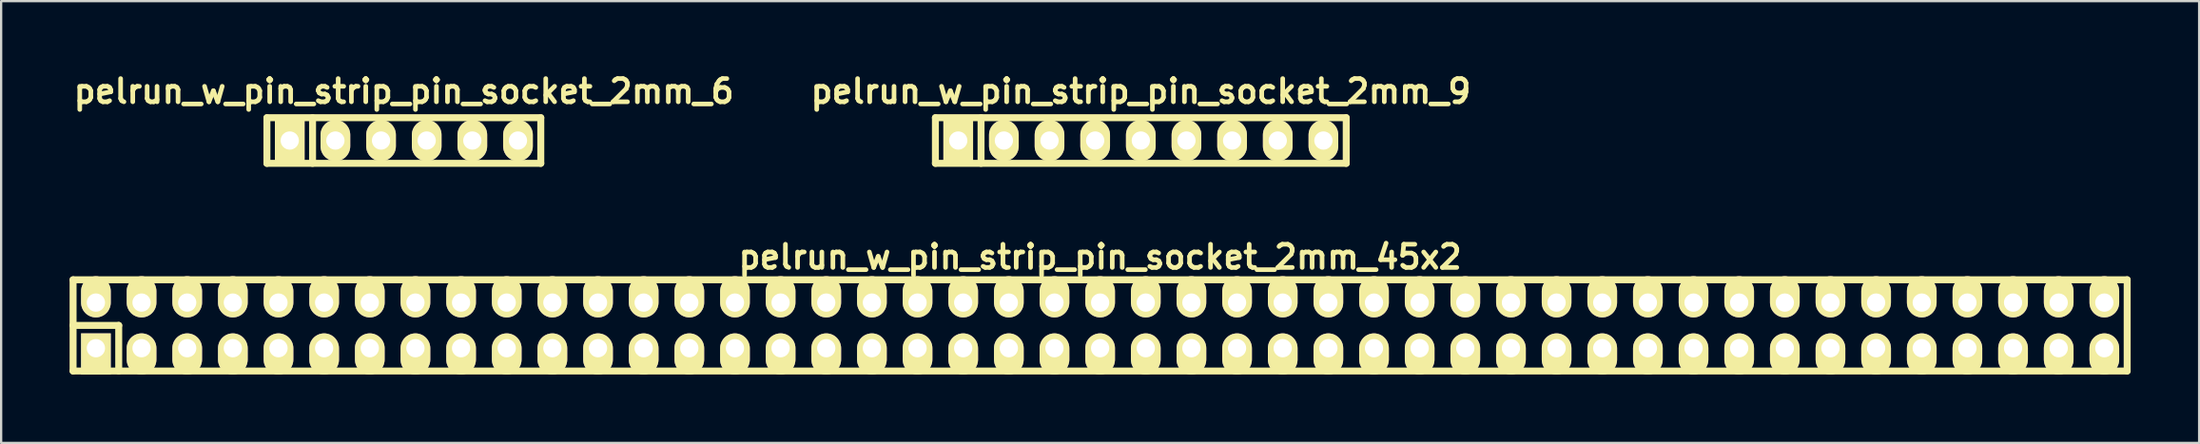
<source format=kicad_pcb>
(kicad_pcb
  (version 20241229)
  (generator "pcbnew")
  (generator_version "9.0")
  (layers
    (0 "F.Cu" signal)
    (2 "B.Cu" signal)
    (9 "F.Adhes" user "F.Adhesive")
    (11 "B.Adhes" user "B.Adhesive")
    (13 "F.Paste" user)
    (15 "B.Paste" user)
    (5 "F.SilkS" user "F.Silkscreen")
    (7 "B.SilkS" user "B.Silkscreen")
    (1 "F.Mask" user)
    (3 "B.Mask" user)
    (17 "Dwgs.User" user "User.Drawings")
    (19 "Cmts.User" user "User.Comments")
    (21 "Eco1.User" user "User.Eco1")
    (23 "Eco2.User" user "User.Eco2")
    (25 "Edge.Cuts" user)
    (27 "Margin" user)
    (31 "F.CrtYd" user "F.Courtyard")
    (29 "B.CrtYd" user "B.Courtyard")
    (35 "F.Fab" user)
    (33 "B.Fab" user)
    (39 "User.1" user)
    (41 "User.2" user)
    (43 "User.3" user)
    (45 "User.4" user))
  (footprint "pelrun_w_pin_strip_pin_socket_2mm_6"
    (layer "F.Cu")
    (at 14.645 3.11)
    (property "Reference" "pelrun_w_pin_strip_pin_socket_2mm_6" (at 0 -2.159 0) (layer "F.SilkS") (effects (font (size 1.016 1.016) (thickness 0.203))))
    (attr through_hole)
    (fp_line (start -6 -1) (end 6 -1) (stroke (width 0.305) (type solid)) (layer "F.SilkS"))
    (fp_line (start -6 1) (end -6 -1) (stroke (width 0.305) (type solid)) (layer "F.SilkS"))
    (fp_line (start -4 -1) (end -4 1) (stroke (width 0.305) (type solid)) (layer "F.SilkS"))
    (fp_line (start 6 -1) (end 6 1) (stroke (width 0.305) (type solid)) (layer "F.SilkS"))
    (fp_line (start 6 1) (end -6 1) (stroke (width 0.305) (type solid)) (layer "F.SilkS"))
    (pad "1" thru_hole rect (at -5 0) (size 1.3 1.8) (drill 0.8) (layers "*.Cu" "*.Mask" "F.SilkS"))
    (pad "2" thru_hole oval (at -3 0) (size 1.3 1.8) (drill 0.8) (layers "*.Cu" "*.Mask" "F.SilkS"))
    (pad "3" thru_hole oval (at -1 0) (size 1.3 1.8) (drill 0.8) (layers "*.Cu" "*.Mask" "F.SilkS"))
    (pad "4" thru_hole oval (at 1 0) (size 1.3 1.8) (drill 0.8) (layers "*.Cu" "*.Mask" "F.SilkS"))
    (pad "5" thru_hole oval (at 3 0) (size 1.3 1.8) (drill 0.8) (layers "*.Cu" "*.Mask" "F.SilkS"))
    (pad "6" thru_hole oval (at 5 0) (size 1.3 1.8) (drill 0.8) (layers "*.Cu" "*.Mask" "F.SilkS")))
  (footprint "pelrun_w_pin_strip_pin_socket_2mm_9"
    (layer "F.Cu")
    (at 46.935 3.11)
    (property "Reference" "pelrun_w_pin_strip_pin_socket_2mm_9" (at 0 -2.159 0) (layer "F.SilkS") (effects (font (size 1.016 1.016) (thickness 0.203))))
    (attr through_hole)
    (fp_line (start -9 -1) (end 9 -1) (stroke (width 0.305) (type solid)) (layer "F.SilkS"))
    (fp_line (start -9 1) (end -9 -1) (stroke (width 0.305) (type solid)) (layer "F.SilkS"))
    (fp_line (start -7 -1) (end -7 1) (stroke (width 0.305) (type solid)) (layer "F.SilkS"))
    (fp_line (start 9 -1) (end 9 1) (stroke (width 0.305) (type solid)) (layer "F.SilkS"))
    (fp_line (start 9 1) (end -9 1) (stroke (width 0.305) (type solid)) (layer "F.SilkS"))
    (pad "1" thru_hole rect (at -8 0) (size 1.3 1.8) (drill 0.8) (layers "*.Cu" "*.Mask" "F.SilkS"))
    (pad "2" thru_hole oval (at -6 0) (size 1.3 1.8) (drill 0.8) (layers "*.Cu" "*.Mask" "F.SilkS"))
    (pad "3" thru_hole oval (at -4 0) (size 1.3 1.8) (drill 0.8) (layers "*.Cu" "*.Mask" "F.SilkS"))
    (pad "4" thru_hole oval (at -2 0) (size 1.3 1.8) (drill 0.8) (layers "*.Cu" "*.Mask" "F.SilkS"))
    (pad "5" thru_hole oval (at 0 0) (size 1.3 1.8) (drill 0.8) (layers "*.Cu" "*.Mask" "F.SilkS"))
    (pad "6" thru_hole oval (at 2 0) (size 1.3 1.8) (drill 0.8) (layers "*.Cu" "*.Mask" "F.SilkS"))
    (pad "7" thru_hole oval (at 4 0) (size 1.3 1.8) (drill 0.8) (layers "*.Cu" "*.Mask" "F.SilkS"))
    (pad "8" thru_hole oval (at 6 0) (size 1.3 1.8) (drill 0.8) (layers "*.Cu" "*.Mask" "F.SilkS"))
    (pad "9" thru_hole oval (at 8 0) (size 1.3 1.8) (drill 0.8) (layers "*.Cu" "*.Mask" "F.SilkS")))
  (footprint "pelrun_w_pin_strip_pin_socket_2mm_45x2"
    (layer "F.Cu")
    (at 45.152 11.213)
    (property "Reference" "pelrun_w_pin_strip_pin_socket_2mm_45x2" (at 0 -3 0) (layer "F.SilkS") (effects (font (size 1.016 1.016) (thickness 0.203))))
    (attr through_hole)
    (fp_line (start -45 -2) (end 45 -2) (stroke (width 0.305) (type solid)) (layer "F.SilkS"))
    (fp_line (start -45 0) (end -43 0) (stroke (width 0.305) (type solid)) (layer "F.SilkS"))
    (fp_line (start -45 2) (end -45 -2) (stroke (width 0.305) (type solid)) (layer "F.SilkS"))
    (fp_line (start -43 0) (end -43 2) (stroke (width 0.305) (type solid)) (layer "F.SilkS"))
    (fp_line (start 45 -2) (end 45 2) (stroke (width 0.305) (type solid)) (layer "F.SilkS"))
    (fp_line (start 45 2) (end -45 2) (stroke (width 0.305) (type solid)) (layer "F.SilkS"))
    (pad "1" thru_hole rect (at -44 1) (size 1.3 1.8) (drill 0.8 (offset 0 0.25)) (layers "*.Cu" "*.Mask" "F.SilkS"))
    (pad "2" thru_hole oval (at -44 -1) (size 1.3 1.8) (drill 0.8 (offset 0 -0.25)) (layers "*.Cu" "*.Mask" "F.SilkS"))
    (pad "3" thru_hole oval (at -42 1) (size 1.3 1.8) (drill 0.8 (offset 0 0.25)) (layers "*.Cu" "*.Mask" "F.SilkS"))
    (pad "4" thru_hole oval (at -42 -1) (size 1.3 1.8) (drill 0.8 (offset 0 -0.25)) (layers "*.Cu" "*.Mask" "F.SilkS"))
    (pad "5" thru_hole oval (at -40 1) (size 1.3 1.8) (drill 0.8 (offset 0 0.25)) (layers "*.Cu" "*.Mask" "F.SilkS"))
    (pad "6" thru_hole oval (at -40 -1) (size 1.3 1.8) (drill 0.8 (offset 0 -0.25)) (layers "*.Cu" "*.Mask" "F.SilkS"))
    (pad "7" thru_hole oval (at -38 1) (size 1.3 1.8) (drill 0.8 (offset 0 0.25)) (layers "*.Cu" "*.Mask" "F.SilkS"))
    (pad "8" thru_hole oval (at -38 -1) (size 1.3 1.8) (drill 0.8 (offset 0 -0.25)) (layers "*.Cu" "*.Mask" "F.SilkS"))
    (pad "9" thru_hole oval (at -36 1) (size 1.3 1.8) (drill 0.8 (offset 0 0.25)) (layers "*.Cu" "*.Mask" "F.SilkS"))
    (pad "10" thru_hole oval (at -36 -1) (size 1.3 1.8) (drill 0.8 (offset 0 -0.25)) (layers "*.Cu" "*.Mask" "F.SilkS"))
    (pad "11" thru_hole oval (at -34 1) (size 1.3 1.8) (drill 0.8 (offset 0 0.25)) (layers "*.Cu" "*.Mask" "F.SilkS"))
    (pad "12" thru_hole oval (at -34 -1) (size 1.3 1.8) (drill 0.8 (offset 0 -0.25)) (layers "*.Cu" "*.Mask" "F.SilkS"))
    (pad "13" thru_hole oval (at -32 1) (size 1.3 1.8) (drill 0.8 (offset 0 0.25)) (layers "*.Cu" "*.Mask" "F.SilkS"))
    (pad "14" thru_hole oval (at -32 -1) (size 1.3 1.8) (drill 0.8 (offset 0 -0.25)) (layers "*.Cu" "*.Mask" "F.SilkS"))
    (pad "15" thru_hole oval (at -30 1) (size 1.3 1.8) (drill 0.8 (offset 0 0.25)) (layers "*.Cu" "*.Mask" "F.SilkS"))
    (pad "16" thru_hole oval (at -30 -1) (size 1.3 1.8) (drill 0.8 (offset 0 -0.25)) (layers "*.Cu" "*.Mask" "F.SilkS"))
    (pad "17" thru_hole oval (at -28 1) (size 1.3 1.8) (drill 0.8 (offset 0 0.25)) (layers "*.Cu" "*.Mask" "F.SilkS"))
    (pad "18" thru_hole oval (at -28 -1) (size 1.3 1.8) (drill 0.8 (offset 0 -0.25)) (layers "*.Cu" "*.Mask" "F.SilkS"))
    (pad "19" thru_hole oval (at -26 1) (size 1.3 1.8) (drill 0.8 (offset 0 0.25)) (layers "*.Cu" "*.Mask" "F.SilkS"))
    (pad "20" thru_hole oval (at -26 -1) (size 1.3 1.8) (drill 0.8 (offset 0 -0.25)) (layers "*.Cu" "*.Mask" "F.SilkS"))
    (pad "21" thru_hole oval (at -24 1) (size 1.3 1.8) (drill 0.8 (offset 0 0.25)) (layers "*.Cu" "*.Mask" "F.SilkS"))
    (pad "22" thru_hole oval (at -24 -1) (size 1.3 1.8) (drill 0.8 (offset 0 -0.25)) (layers "*.Cu" "*.Mask" "F.SilkS"))
    (pad "23" thru_hole oval (at -22 1) (size 1.3 1.8) (drill 0.8 (offset 0 0.25)) (layers "*.Cu" "*.Mask" "F.SilkS"))
    (pad "24" thru_hole oval (at -22 -1) (size 1.3 1.8) (drill 0.8 (offset 0 -0.25)) (layers "*.Cu" "*.Mask" "F.SilkS"))
    (pad "25" thru_hole oval (at -20 1) (size 1.3 1.8) (drill 0.8 (offset 0 0.25)) (layers "*.Cu" "*.Mask" "F.SilkS"))
    (pad "26" thru_hole oval (at -20 -1) (size 1.3 1.8) (drill 0.8 (offset 0 -0.25)) (layers "*.Cu" "*.Mask" "F.SilkS"))
    (pad "27" thru_hole oval (at -18 1) (size 1.3 1.8) (drill 0.8 (offset 0 0.25)) (layers "*.Cu" "*.Mask" "F.SilkS"))
    (pad "28" thru_hole oval (at -18 -1) (size 1.3 1.8) (drill 0.8 (offset 0 -0.25)) (layers "*.Cu" "*.Mask" "F.SilkS"))
    (pad "29" thru_hole oval (at -16 1) (size 1.3 1.8) (drill 0.8 (offset 0 0.25)) (layers "*.Cu" "*.Mask" "F.SilkS"))
    (pad "30" thru_hole oval (at -16 -1) (size 1.3 1.8) (drill 0.8 (offset 0 -0.25)) (layers "*.Cu" "*.Mask" "F.SilkS"))
    (pad "31" thru_hole oval (at -14 1) (size 1.3 1.8) (drill 0.8 (offset 0 0.25)) (layers "*.Cu" "*.Mask" "F.SilkS"))
    (pad "32" thru_hole oval (at -14 -1) (size 1.3 1.8) (drill 0.8 (offset 0 -0.25)) (layers "*.Cu" "*.Mask" "F.SilkS"))
    (pad "33" thru_hole oval (at -12 1) (size 1.3 1.8) (drill 0.8 (offset 0 0.25)) (layers "*.Cu" "*.Mask" "F.SilkS"))
    (pad "34" thru_hole oval (at -12 -1) (size 1.3 1.8) (drill 0.8 (offset 0 -0.25)) (layers "*.Cu" "*.Mask" "F.SilkS"))
    (pad "35" thru_hole oval (at -10 1) (size 1.3 1.8) (drill 0.8 (offset 0 0.25)) (layers "*.Cu" "*.Mask" "F.SilkS"))
    (pad "36" thru_hole oval (at -10 -1) (size 1.3 1.8) (drill 0.8 (offset 0 -0.25)) (layers "*.Cu" "*.Mask" "F.SilkS"))
    (pad "37" thru_hole oval (at -8 1) (size 1.3 1.8) (drill 0.8 (offset 0 0.25)) (layers "*.Cu" "*.Mask" "F.SilkS"))
    (pad "38" thru_hole oval (at -8 -1) (size 1.3 1.8) (drill 0.8 (offset 0 -0.25)) (layers "*.Cu" "*.Mask" "F.SilkS"))
    (pad "39" thru_hole oval (at -6 1) (size 1.3 1.8) (drill 0.8 (offset 0 0.25)) (layers "*.Cu" "*.Mask" "F.SilkS"))
    (pad "40" thru_hole oval (at -6 -1) (size 1.3 1.8) (drill 0.8 (offset 0 -0.25)) (layers "*.Cu" "*.Mask" "F.SilkS"))
    (pad "41" thru_hole oval (at -4 1) (size 1.3 1.8) (drill 0.8 (offset 0 0.25)) (layers "*.Cu" "*.Mask" "F.SilkS"))
    (pad "42" thru_hole oval (at -4 -1) (size 1.3 1.8) (drill 0.8 (offset 0 -0.25)) (layers "*.Cu" "*.Mask" "F.SilkS"))
    (pad "43" thru_hole oval (at -2 1) (size 1.3 1.8) (drill 0.8 (offset 0 0.25)) (layers "*.Cu" "*.Mask" "F.SilkS"))
    (pad "44" thru_hole oval (at -2 -1) (size 1.3 1.8) (drill 0.8 (offset 0 -0.25)) (layers "*.Cu" "*.Mask" "F.SilkS"))
    (pad "45" thru_hole oval (at 0 1) (size 1.3 1.8) (drill 0.8 (offset 0 0.25)) (layers "*.Cu" "*.Mask" "F.SilkS"))
    (pad "46" thru_hole oval (at 0 -1) (size 1.3 1.8) (drill 0.8 (offset 0 -0.25)) (layers "*.Cu" "*.Mask" "F.SilkS"))
    (pad "47" thru_hole oval (at 2 1) (size 1.3 1.8) (drill 0.8 (offset 0 0.25)) (layers "*.Cu" "*.Mask" "F.SilkS"))
    (pad "48" thru_hole oval (at 2 -1) (size 1.3 1.8) (drill 0.8 (offset 0 -0.25)) (layers "*.Cu" "*.Mask" "F.SilkS"))
    (pad "49" thru_hole oval (at 4 1) (size 1.3 1.8) (drill 0.8 (offset 0 0.25)) (layers "*.Cu" "*.Mask" "F.SilkS"))
    (pad "50" thru_hole oval (at 4 -1) (size 1.3 1.8) (drill 0.8 (offset 0 -0.25)) (layers "*.Cu" "*.Mask" "F.SilkS"))
    (pad "51" thru_hole oval (at 6 1) (size 1.3 1.8) (drill 0.8 (offset 0 0.25)) (layers "*.Cu" "*.Mask" "F.SilkS"))
    (pad "52" thru_hole oval (at 6 -1) (size 1.3 1.8) (drill 0.8 (offset 0 -0.25)) (layers "*.Cu" "*.Mask" "F.SilkS"))
    (pad "53" thru_hole oval (at 8 1) (size 1.3 1.8) (drill 0.8 (offset 0 0.25)) (layers "*.Cu" "*.Mask" "F.SilkS"))
    (pad "54" thru_hole oval (at 8 -1) (size 1.3 1.8) (drill 0.8 (offset 0 -0.25)) (layers "*.Cu" "*.Mask" "F.SilkS"))
    (pad "55" thru_hole oval (at 10 1) (size 1.3 1.8) (drill 0.8 (offset 0 0.25)) (layers "*.Cu" "*.Mask" "F.SilkS"))
    (pad "56" thru_hole oval (at 10 -1) (size 1.3 1.8) (drill 0.8 (offset 0 -0.25)) (layers "*.Cu" "*.Mask" "F.SilkS"))
    (pad "57" thru_hole oval (at 12 1) (size 1.3 1.8) (drill 0.8 (offset 0 0.25)) (layers "*.Cu" "*.Mask" "F.SilkS"))
    (pad "58" thru_hole oval (at 12 -1) (size 1.3 1.8) (drill 0.8 (offset 0 -0.25)) (layers "*.Cu" "*.Mask" "F.SilkS"))
    (pad "59" thru_hole oval (at 14 1) (size 1.3 1.8) (drill 0.8 (offset 0 0.25)) (layers "*.Cu" "*.Mask" "F.SilkS"))
    (pad "60" thru_hole oval (at 14 -1) (size 1.3 1.8) (drill 0.8 (offset 0 -0.25)) (layers "*.Cu" "*.Mask" "F.SilkS"))
    (pad "61" thru_hole oval (at 16 1) (size 1.3 1.8) (drill 0.8 (offset 0 0.25)) (layers "*.Cu" "*.Mask" "F.SilkS"))
    (pad "62" thru_hole oval (at 16 -1) (size 1.3 1.8) (drill 0.8 (offset 0 -0.25)) (layers "*.Cu" "*.Mask" "F.SilkS"))
    (pad "63" thru_hole oval (at 18 1) (size 1.3 1.8) (drill 0.8 (offset 0 0.25)) (layers "*.Cu" "*.Mask" "F.SilkS"))
    (pad "64" thru_hole oval (at 18 -1) (size 1.3 1.8) (drill 0.8 (offset 0 -0.25)) (layers "*.Cu" "*.Mask" "F.SilkS"))
    (pad "65" thru_hole oval (at 20 1) (size 1.3 1.8) (drill 0.8 (offset 0 0.25)) (layers "*.Cu" "*.Mask" "F.SilkS"))
    (pad "66" thru_hole oval (at 20 -1) (size 1.3 1.8) (drill 0.8 (offset 0 -0.25)) (layers "*.Cu" "*.Mask" "F.SilkS"))
    (pad "67" thru_hole oval (at 22 1) (size 1.3 1.8) (drill 0.8 (offset 0 0.25)) (layers "*.Cu" "*.Mask" "F.SilkS"))
    (pad "68" thru_hole oval (at 22 -1) (size 1.3 1.8) (drill 0.8 (offset 0 -0.25)) (layers "*.Cu" "*.Mask" "F.SilkS"))
    (pad "69" thru_hole oval (at 24 1) (size 1.3 1.8) (drill 0.8 (offset 0 0.25)) (layers "*.Cu" "*.Mask" "F.SilkS"))
    (pad "70" thru_hole oval (at 24 -1) (size 1.3 1.8) (drill 0.8 (offset 0 -0.25)) (layers "*.Cu" "*.Mask" "F.SilkS"))
    (pad "71" thru_hole oval (at 26 1) (size 1.3 1.8) (drill 0.8 (offset 0 0.25)) (layers "*.Cu" "*.Mask" "F.SilkS"))
    (pad "72" thru_hole oval (at 26 -1) (size 1.3 1.8) (drill 0.8 (offset 0 -0.25)) (layers "*.Cu" "*.Mask" "F.SilkS"))
    (pad "73" thru_hole oval (at 28 1) (size 1.3 1.8) (drill 0.8 (offset 0 0.25)) (layers "*.Cu" "*.Mask" "F.SilkS"))
    (pad "74" thru_hole oval (at 28 -1) (size 1.3 1.8) (drill 0.8 (offset 0 -0.25)) (layers "*.Cu" "*.Mask" "F.SilkS"))
    (pad "75" thru_hole oval (at 30 1) (size 1.3 1.8) (drill 0.8 (offset 0 0.25)) (layers "*.Cu" "*.Mask" "F.SilkS"))
    (pad "76" thru_hole oval (at 30 -1) (size 1.3 1.8) (drill 0.8 (offset 0 -0.25)) (layers "*.Cu" "*.Mask" "F.SilkS"))
    (pad "77" thru_hole oval (at 32 1) (size 1.3 1.8) (drill 0.8 (offset 0 0.25)) (layers "*.Cu" "*.Mask" "F.SilkS"))
    (pad "78" thru_hole oval (at 32 -1) (size 1.3 1.8) (drill 0.8 (offset 0 -0.25)) (layers "*.Cu" "*.Mask" "F.SilkS"))
    (pad "79" thru_hole oval (at 34 1) (size 1.3 1.8) (drill 0.8 (offset 0 0.25)) (layers "*.Cu" "*.Mask" "F.SilkS"))
    (pad "80" thru_hole oval (at 34 -1) (size 1.3 1.8) (drill 0.8 (offset 0 -0.25)) (layers "*.Cu" "*.Mask" "F.SilkS"))
    (pad "81" thru_hole oval (at 36 1) (size 1.3 1.8) (drill 0.8 (offset 0 0.25)) (layers "*.Cu" "*.Mask" "F.SilkS"))
    (pad "82" thru_hole oval (at 36 -1) (size 1.3 1.8) (drill 0.8 (offset 0 -0.25)) (layers "*.Cu" "*.Mask" "F.SilkS"))
    (pad "83" thru_hole oval (at 38 1) (size 1.3 1.8) (drill 0.8 (offset 0 0.25)) (layers "*.Cu" "*.Mask" "F.SilkS"))
    (pad "84" thru_hole oval (at 38 -1) (size 1.3 1.8) (drill 0.8 (offset 0 -0.25)) (layers "*.Cu" "*.Mask" "F.SilkS"))
    (pad "85" thru_hole oval (at 40 1) (size 1.3 1.8) (drill 0.8 (offset 0 0.25)) (layers "*.Cu" "*.Mask" "F.SilkS"))
    (pad "86" thru_hole oval (at 40 -1) (size 1.3 1.8) (drill 0.8 (offset 0 -0.25)) (layers "*.Cu" "*.Mask" "F.SilkS"))
    (pad "87" thru_hole oval (at 42 1) (size 1.3 1.8) (drill 0.8 (offset 0 0.25)) (layers "*.Cu" "*.Mask" "F.SilkS"))
    (pad "88" thru_hole oval (at 42 -1) (size 1.3 1.8) (drill 0.8 (offset 0 -0.25)) (layers "*.Cu" "*.Mask" "F.SilkS"))
    (pad "89" thru_hole oval (at 44 1) (size 1.3 1.8) (drill 0.8 (offset 0 0.25)) (layers "*.Cu" "*.Mask" "F.SilkS"))
    (pad "90" thru_hole oval (at 44 -1) (size 1.3 1.8) (drill 0.8 (offset 0 -0.25)) (layers "*.Cu" "*.Mask" "F.SilkS")))
  (gr_rect
    (start -3 -3)
    (end 93.305 16.366)
    (stroke (width 0.1) (type default))
    (fill no)
    (layer "Edge.Cuts")))
</source>
